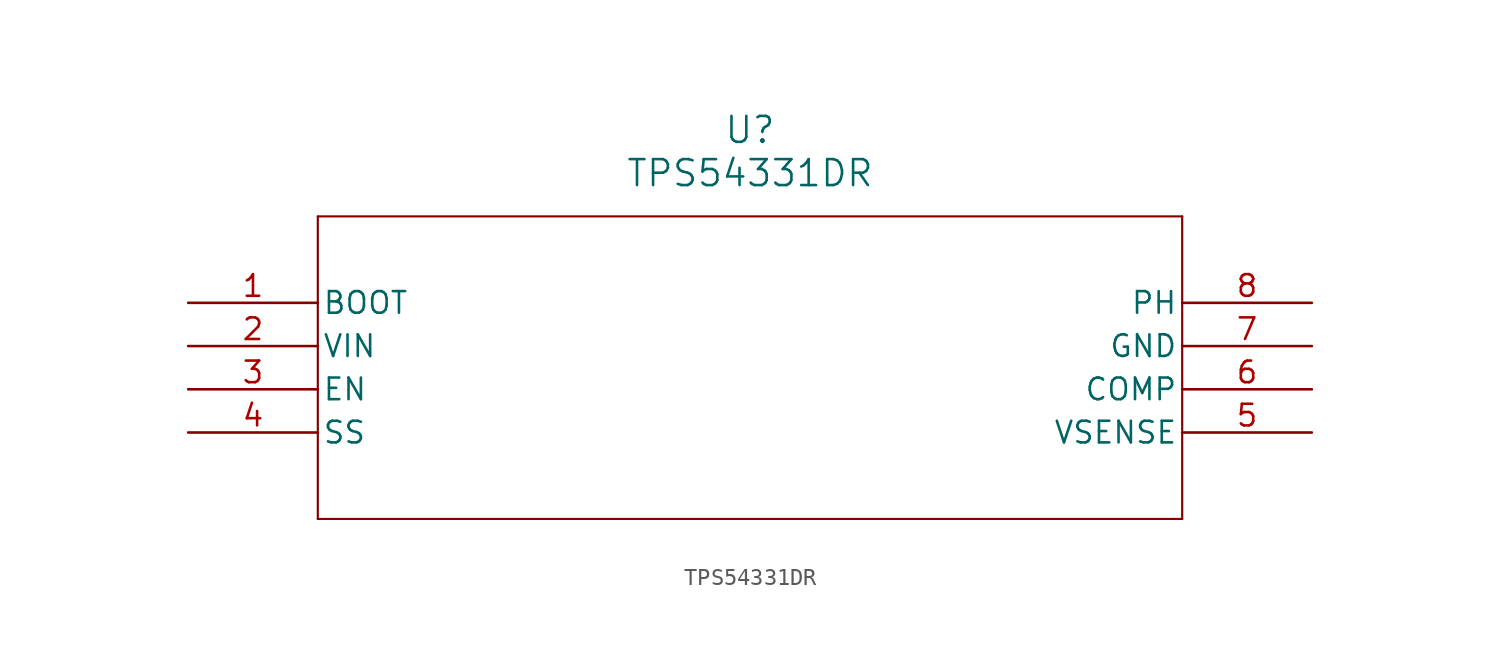
<source format=kicad_sym>
(kicad_symbol_lib
  (version 20211014)
  (generator kicad_symbol_editor)
  (symbol "TPS54331DR"
    (pin_names
      (offset 0.254))
    (property "Reference" "U"
      (at 33.02 10.16 0)
      (effects (font (size 1.524 1.524))))
    (property "Value" "TPS54331DR"
      (at 33.02 7.62 0)
      (effects (font (size 1.524 1.524))))
    (symbol "TPS54331DR_0_1"
      (polyline (pts (xy 7.62 5.08) (xy 7.62 -12.7)) (stroke (width 0.127) (type default) (color 0 0 0 0)) (fill (type none)))
      (polyline (pts (xy 7.62 -12.7) (xy 58.42 -12.7)) (stroke (width 0.127) (type default) (color 0 0 0 0)) (fill (type none)))
      (polyline (pts (xy 58.42 -12.7) (xy 58.42 5.08)) (stroke (width 0.127) (type default) (color 0 0 0 0)) (fill (type none)))
      (polyline (pts (xy 58.42 5.08) (xy 7.62 5.08)) (stroke (width 0.127) (type default) (color 0 0 0 0)) (fill (type none)))
      (pin unspecified line (at 0 0 0) (length 7.62) (name "BOOT" (effects (font (size 1.27 1.27)))) (number "1" (effects (font (size 1.27 1.27)))))
      (pin input line (at 0 -2.54 0) (length 7.62) (name "VIN" (effects (font (size 1.27 1.27)))) (number "2" (effects (font (size 1.27 1.27)))))
      (pin unspecified line (at 0 -5.08 0) (length 7.62) (name "EN" (effects (font (size 1.27 1.27)))) (number "3" (effects (font (size 1.27 1.27)))))
      (pin unspecified line (at 0 -7.62 0) (length 7.62) (name "SS" (effects (font (size 1.27 1.27)))) (number "4" (effects (font (size 1.27 1.27)))))
      (pin unspecified line (at 66.04 -7.62 180) (length 7.62) (name "VSENSE" (effects (font (size 1.27 1.27)))) (number "5" (effects (font (size 1.27 1.27)))))
      (pin output line (at 66.04 -5.08 180) (length 7.62) (name "COMP" (effects (font (size 1.27 1.27)))) (number "6" (effects (font (size 1.27 1.27)))))
      (pin power_in line (at 66.04 -2.54 180) (length 7.62) (name "GND" (effects (font (size 1.27 1.27)))) (number "7" (effects (font (size 1.27 1.27)))))
      (pin power_in line (at 66.04 0 180) (length 7.62) (name "PH" (effects (font (size 1.27 1.27)))) (number "8" (effects (font (size 1.27 1.27))))))))
</source>
